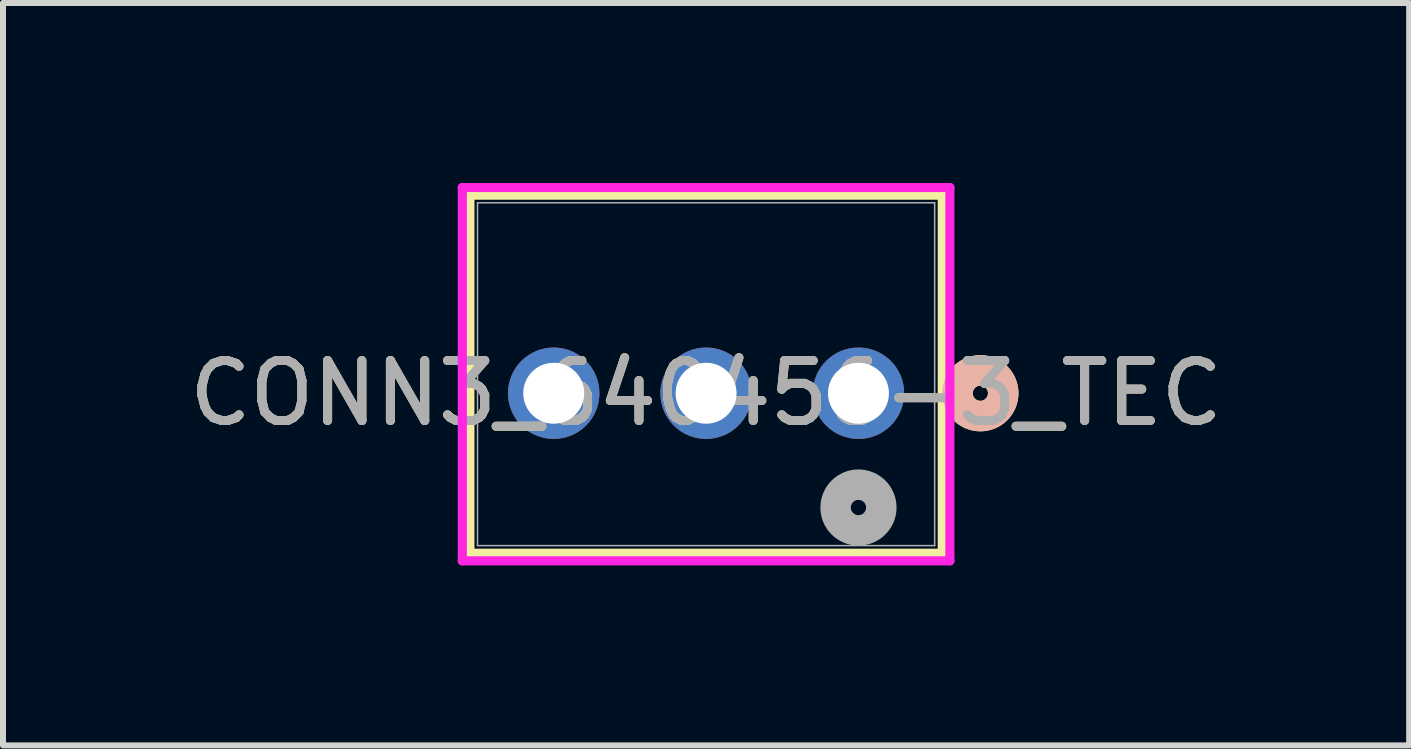
<source format=kicad_pcb>
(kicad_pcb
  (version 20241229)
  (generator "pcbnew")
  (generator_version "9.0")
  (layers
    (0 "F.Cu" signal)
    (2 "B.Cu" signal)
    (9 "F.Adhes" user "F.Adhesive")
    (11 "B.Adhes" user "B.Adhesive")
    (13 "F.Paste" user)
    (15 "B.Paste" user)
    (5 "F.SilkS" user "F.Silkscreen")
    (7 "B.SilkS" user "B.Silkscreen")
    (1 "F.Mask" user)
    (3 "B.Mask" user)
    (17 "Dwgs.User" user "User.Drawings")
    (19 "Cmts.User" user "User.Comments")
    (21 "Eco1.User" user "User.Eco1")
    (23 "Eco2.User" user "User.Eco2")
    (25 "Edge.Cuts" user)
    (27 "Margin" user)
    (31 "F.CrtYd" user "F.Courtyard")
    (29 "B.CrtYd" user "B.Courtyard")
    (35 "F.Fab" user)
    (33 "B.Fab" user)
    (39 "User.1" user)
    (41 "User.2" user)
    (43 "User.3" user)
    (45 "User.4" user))
  (footprint "CONN3_640456-3_TEC"
    (layer "F.Cu")
    (at 11.26 3.505)
    (property "Reference" "CONN3_640456-3_TEC" (at -2.54 0 0) (unlocked yes) (layer "F.SilkS") (effects (font (size 1 1) (thickness 0.15))))
    (attr through_hole)
    (fp_line (start -6.477 -3.302) (end -6.477 2.667) (stroke (width 0.152) (type solid)) (layer "F.SilkS"))
    (fp_line (start -6.477 2.667) (end 1.397 2.667) (stroke (width 0.152) (type solid)) (layer "F.SilkS"))
    (fp_line (start 1.397 -3.302) (end -6.477 -3.302) (stroke (width 0.152) (type solid)) (layer "F.SilkS"))
    (fp_line (start 1.397 2.667) (end 1.397 -3.302) (stroke (width 0.152) (type solid)) (layer "F.SilkS"))
    (fp_circle (center 2.032 0) (end 2.413 0) (stroke (width 0.508) (type solid)) (fill no) (layer "F.SilkS"))
    (fp_circle (center 2.032 0) (end 2.413 0) (stroke (width 0.508) (type solid)) (fill no) (layer "B.SilkS"))
    (fp_line (start -6.604 -3.429) (end -6.604 2.794) (stroke (width 0.152) (type solid)) (layer "F.CrtYd"))
    (fp_line (start -6.604 2.794) (end 1.524 2.794) (stroke (width 0.152) (type solid)) (layer "F.CrtYd"))
    (fp_line (start 1.524 -3.429) (end -6.604 -3.429) (stroke (width 0.152) (type solid)) (layer "F.CrtYd"))
    (fp_line (start 1.524 2.794) (end 1.524 -3.429) (stroke (width 0.152) (type solid)) (layer "F.CrtYd"))
    (fp_line (start -6.35 -3.175) (end -6.35 2.54) (stroke (width 0.025) (type solid)) (layer "F.Fab"))
    (fp_line (start -6.35 2.54) (end 1.27 2.54) (stroke (width 0.025) (type solid)) (layer "F.Fab"))
    (fp_line (start 1.27 -3.175) (end -6.35 -3.175) (stroke (width 0.025) (type solid)) (layer "F.Fab"))
    (fp_line (start 1.27 2.54) (end 1.27 -3.175) (stroke (width 0.025) (type solid)) (layer "F.Fab"))
    (fp_circle (center 0 1.905) (end 0.381 1.905) (stroke (width 0.508) (type solid)) (fill no) (layer "F.Fab"))
    (fp_text user "${REFERENCE}" (at -2.54 0 0) (unlocked yes) (layer "F.Fab") (effects (font (size 1 1) (thickness 0.15))))
    (pad "1" thru_hole circle (at 0 0) (size 1.524 1.524) (drill 1.016) (layers "*.Cu" "*.Mask"))
    (pad "2" thru_hole circle (at -2.54 0) (size 1.524 1.524) (drill 1.016) (layers "*.Cu" "*.Mask"))
    (pad "3" thru_hole circle (at -5.08 0) (size 1.524 1.524) (drill 1.016) (layers "*.Cu" "*.Mask")))
  (gr_rect
    (start -3 -3)
    (end 20.44 9.375)
    (stroke (width 0.1) (type default))
    (fill no)
    (layer "Edge.Cuts")))
</source>
